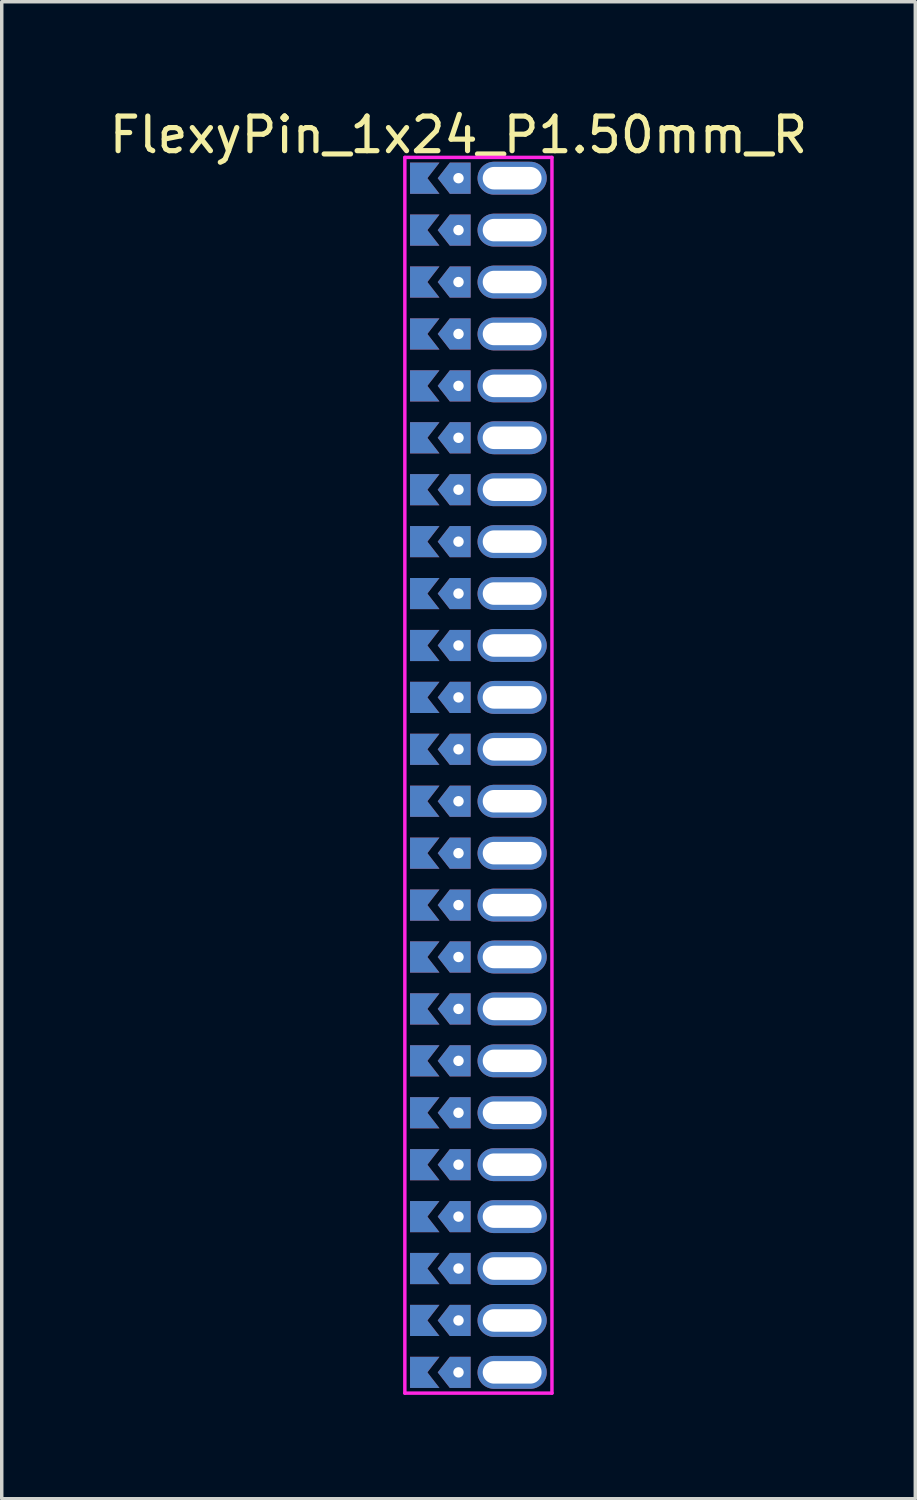
<source format=kicad_pcb>
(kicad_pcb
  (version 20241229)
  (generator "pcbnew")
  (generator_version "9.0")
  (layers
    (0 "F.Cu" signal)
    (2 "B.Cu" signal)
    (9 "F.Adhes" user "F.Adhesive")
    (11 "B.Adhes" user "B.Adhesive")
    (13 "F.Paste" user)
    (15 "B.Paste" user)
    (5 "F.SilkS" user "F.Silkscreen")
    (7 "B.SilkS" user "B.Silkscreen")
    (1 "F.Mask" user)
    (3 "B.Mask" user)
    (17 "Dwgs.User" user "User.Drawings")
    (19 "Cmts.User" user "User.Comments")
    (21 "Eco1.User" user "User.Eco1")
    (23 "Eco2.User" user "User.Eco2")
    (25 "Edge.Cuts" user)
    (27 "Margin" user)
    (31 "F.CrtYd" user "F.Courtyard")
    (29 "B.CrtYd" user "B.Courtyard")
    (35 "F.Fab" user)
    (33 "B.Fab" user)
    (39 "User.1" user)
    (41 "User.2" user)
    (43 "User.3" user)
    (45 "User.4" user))
  (footprint "FlexyPin_1x24_P1.50mm_R"
    (layer "F.Cu")
    (at 10.196 2.098)
    (property "Reference" "FlexyPin_1x24_P1.50mm_R" (at 0 -1.25 0) (layer "F.SilkS") (effects (font (size 1 1) (thickness 0.15))))
    (attr through_hole)
    (fp_line (start -1.55 -0.6) (end 2.7 -0.6) (stroke (width 0.1) (type solid)) (layer "F.CrtYd"))
    (fp_line (start -1.55 35.1) (end -1.55 -0.6) (stroke (width 0.1) (type solid)) (layer "F.CrtYd"))
    (fp_line (start 2.7 -0.6) (end 2.7 35.1) (stroke (width 0.1) (type solid)) (layer "F.CrtYd"))
    (fp_line (start 2.7 35.1) (end -1.55 35.1) (stroke (width 0.1) (type solid)) (layer "F.CrtYd"))
    (pad "" thru_hole custom (at 0 0) (size 0.3 0.3) (drill 0.6) (layers "*.Cu" "*.Mask") (options (anchor rect)) (primitives (gr_poly (pts (xy 0.35 0.45) (xy 0.35 -0.45) (xy -0.25 -0.45) (xy -0.6 0) (xy -0.25 0.45)) (width 0) (fill yes))))
    (pad "" thru_hole custom (at 0 1.5) (size 0.3 0.3) (drill 0.6) (layers "*.Cu" "*.Mask") (options (anchor rect)) (primitives (gr_poly (pts (xy 0.35 0.45) (xy 0.35 -0.45) (xy -0.25 -0.45) (xy -0.6 0) (xy -0.25 0.45)) (width 0) (fill yes))))
    (pad "" thru_hole custom (at 0 3) (size 0.3 0.3) (drill 0.6) (layers "*.Cu" "*.Mask") (options (anchor rect)) (primitives (gr_poly (pts (xy 0.35 0.45) (xy 0.35 -0.45) (xy -0.25 -0.45) (xy -0.6 0) (xy -0.25 0.45)) (width 0) (fill yes))))
    (pad "" thru_hole custom (at 0 4.5) (size 0.3 0.3) (drill 0.6) (layers "*.Cu" "*.Mask") (options (anchor rect)) (primitives (gr_poly (pts (xy 0.35 0.45) (xy 0.35 -0.45) (xy -0.25 -0.45) (xy -0.6 0) (xy -0.25 0.45)) (width 0) (fill yes))))
    (pad "" thru_hole custom (at 0 6) (size 0.3 0.3) (drill 0.6) (layers "*.Cu" "*.Mask") (options (anchor rect)) (primitives (gr_poly (pts (xy 0.35 0.45) (xy 0.35 -0.45) (xy -0.25 -0.45) (xy -0.6 0) (xy -0.25 0.45)) (width 0) (fill yes))))
    (pad "" thru_hole custom (at 0 7.5) (size 0.3 0.3) (drill 0.6) (layers "*.Cu" "*.Mask") (options (anchor rect)) (primitives (gr_poly (pts (xy 0.35 0.45) (xy 0.35 -0.45) (xy -0.25 -0.45) (xy -0.6 0) (xy -0.25 0.45)) (width 0) (fill yes))))
    (pad "" thru_hole custom (at 0 9) (size 0.3 0.3) (drill 0.6) (layers "*.Cu" "*.Mask") (options (anchor rect)) (primitives (gr_poly (pts (xy 0.35 0.45) (xy 0.35 -0.45) (xy -0.25 -0.45) (xy -0.6 0) (xy -0.25 0.45)) (width 0) (fill yes))))
    (pad "" thru_hole custom (at 0 10.5) (size 0.3 0.3) (drill 0.6) (layers "*.Cu" "*.Mask") (options (anchor rect)) (primitives (gr_poly (pts (xy 0.35 0.45) (xy 0.35 -0.45) (xy -0.25 -0.45) (xy -0.6 0) (xy -0.25 0.45)) (width 0) (fill yes))))
    (pad "" thru_hole custom (at 0 12) (size 0.3 0.3) (drill 0.6) (layers "*.Cu" "*.Mask") (options (anchor rect)) (primitives (gr_poly (pts (xy 0.35 0.45) (xy 0.35 -0.45) (xy -0.25 -0.45) (xy -0.6 0) (xy -0.25 0.45)) (width 0) (fill yes))))
    (pad "" thru_hole custom (at 0 13.5) (size 0.3 0.3) (drill 0.6) (layers "*.Cu" "*.Mask") (options (anchor rect)) (primitives (gr_poly (pts (xy 0.35 0.45) (xy 0.35 -0.45) (xy -0.25 -0.45) (xy -0.6 0) (xy -0.25 0.45)) (width 0) (fill yes))))
    (pad "" thru_hole custom (at 0 15) (size 0.3 0.3) (drill 0.6) (layers "*.Cu" "*.Mask") (options (anchor rect)) (primitives (gr_poly (pts (xy 0.35 0.45) (xy 0.35 -0.45) (xy -0.25 -0.45) (xy -0.6 0) (xy -0.25 0.45)) (width 0) (fill yes))))
    (pad "" thru_hole custom (at 0 16.5) (size 0.3 0.3) (drill 0.6) (layers "*.Cu" "*.Mask") (options (anchor rect)) (primitives (gr_poly (pts (xy 0.35 0.45) (xy 0.35 -0.45) (xy -0.25 -0.45) (xy -0.6 0) (xy -0.25 0.45)) (width 0) (fill yes))))
    (pad "" thru_hole custom (at 0 18) (size 0.3 0.3) (drill 0.6) (layers "*.Cu" "*.Mask") (options (anchor rect)) (primitives (gr_poly (pts (xy 0.35 0.45) (xy 0.35 -0.45) (xy -0.25 -0.45) (xy -0.6 0) (xy -0.25 0.45)) (width 0) (fill yes))))
    (pad "" thru_hole custom (at 0 19.5) (size 0.3 0.3) (drill 0.6) (layers "*.Cu" "*.Mask") (options (anchor rect)) (primitives (gr_poly (pts (xy 0.35 0.45) (xy 0.35 -0.45) (xy -0.25 -0.45) (xy -0.6 0) (xy -0.25 0.45)) (width 0) (fill yes))))
    (pad "" thru_hole custom (at 0 21) (size 0.3 0.3) (drill 0.6) (layers "*.Cu" "*.Mask") (options (anchor rect)) (primitives (gr_poly (pts (xy 0.35 0.45) (xy 0.35 -0.45) (xy -0.25 -0.45) (xy -0.6 0) (xy -0.25 0.45)) (width 0) (fill yes))))
    (pad "" thru_hole custom (at 0 22.5) (size 0.3 0.3) (drill 0.6) (layers "*.Cu" "*.Mask") (options (anchor rect)) (primitives (gr_poly (pts (xy 0.35 0.45) (xy 0.35 -0.45) (xy -0.25 -0.45) (xy -0.6 0) (xy -0.25 0.45)) (width 0) (fill yes))))
    (pad "" thru_hole custom (at 0 24) (size 0.3 0.3) (drill 0.6) (layers "*.Cu" "*.Mask") (options (anchor rect)) (primitives (gr_poly (pts (xy 0.35 0.45) (xy 0.35 -0.45) (xy -0.25 -0.45) (xy -0.6 0) (xy -0.25 0.45)) (width 0) (fill yes))))
    (pad "" thru_hole custom (at 0 25.5) (size 0.3 0.3) (drill 0.6) (layers "*.Cu" "*.Mask") (options (anchor rect)) (primitives (gr_poly (pts (xy 0.35 0.45) (xy 0.35 -0.45) (xy -0.25 -0.45) (xy -0.6 0) (xy -0.25 0.45)) (width 0) (fill yes))))
    (pad "" thru_hole custom (at 0 27) (size 0.3 0.3) (drill 0.6) (layers "*.Cu" "*.Mask") (options (anchor rect)) (primitives (gr_poly (pts (xy 0.35 0.45) (xy 0.35 -0.45) (xy -0.25 -0.45) (xy -0.6 0) (xy -0.25 0.45)) (width 0) (fill yes))))
    (pad "" thru_hole custom (at 0 28.5) (size 0.3 0.3) (drill 0.6) (layers "*.Cu" "*.Mask") (options (anchor rect)) (primitives (gr_poly (pts (xy 0.35 0.45) (xy 0.35 -0.45) (xy -0.25 -0.45) (xy -0.6 0) (xy -0.25 0.45)) (width 0) (fill yes))))
    (pad "" thru_hole custom (at 0 30) (size 0.3 0.3) (drill 0.6) (layers "*.Cu" "*.Mask") (options (anchor rect)) (primitives (gr_poly (pts (xy 0.35 0.45) (xy 0.35 -0.45) (xy -0.25 -0.45) (xy -0.6 0) (xy -0.25 0.45)) (width 0) (fill yes))))
    (pad "" thru_hole custom (at 0 31.5) (size 0.3 0.3) (drill 0.6) (layers "*.Cu" "*.Mask") (options (anchor rect)) (primitives (gr_poly (pts (xy 0.35 0.45) (xy 0.35 -0.45) (xy -0.25 -0.45) (xy -0.6 0) (xy -0.25 0.45)) (width 0) (fill yes))))
    (pad "" thru_hole custom (at 0 33) (size 0.3 0.3) (drill 0.6) (layers "*.Cu" "*.Mask") (options (anchor rect)) (primitives (gr_poly (pts (xy 0.35 0.45) (xy 0.35 -0.45) (xy -0.25 -0.45) (xy -0.6 0) (xy -0.25 0.45)) (width 0) (fill yes))))
    (pad "" thru_hole custom (at 0 34.5) (size 0.3 0.3) (drill 0.6) (layers "*.Cu" "*.Mask") (options (anchor rect)) (primitives (gr_poly (pts (xy 0.35 0.45) (xy 0.35 -0.45) (xy -0.25 -0.45) (xy -0.6 0) (xy -0.25 0.45)) (width 0) (fill yes))))
    (pad "" thru_hole oval (at 1.55 0) (size 2 0.95) (drill oval 1.7 0.65) (layers "*.Cu" "*.Mask"))
    (pad "" thru_hole oval (at 1.55 1.5) (size 2 0.95) (drill oval 1.7 0.65) (layers "*.Cu" "*.Mask"))
    (pad "" thru_hole oval (at 1.55 3) (size 2 0.95) (drill oval 1.7 0.65) (layers "*.Cu" "*.Mask"))
    (pad "" thru_hole oval (at 1.55 4.5) (size 2 0.95) (drill oval 1.7 0.65) (layers "*.Cu" "*.Mask"))
    (pad "" thru_hole oval (at 1.55 6) (size 2 0.95) (drill oval 1.7 0.65) (layers "*.Cu" "*.Mask"))
    (pad "" thru_hole oval (at 1.55 7.5) (size 2 0.95) (drill oval 1.7 0.65) (layers "*.Cu" "*.Mask"))
    (pad "" thru_hole oval (at 1.55 9) (size 2 0.95) (drill oval 1.7 0.65) (layers "*.Cu" "*.Mask"))
    (pad "" thru_hole oval (at 1.55 10.5) (size 2 0.95) (drill oval 1.7 0.65) (layers "*.Cu" "*.Mask"))
    (pad "" thru_hole oval (at 1.55 12) (size 2 0.95) (drill oval 1.7 0.65) (layers "*.Cu" "*.Mask"))
    (pad "" thru_hole oval (at 1.55 13.5) (size 2 0.95) (drill oval 1.7 0.65) (layers "*.Cu" "*.Mask"))
    (pad "" thru_hole oval (at 1.55 15) (size 2 0.95) (drill oval 1.7 0.65) (layers "*.Cu" "*.Mask"))
    (pad "" thru_hole oval (at 1.55 16.5) (size 2 0.95) (drill oval 1.7 0.65) (layers "*.Cu" "*.Mask"))
    (pad "" thru_hole oval (at 1.55 18) (size 2 0.95) (drill oval 1.7 0.65) (layers "*.Cu" "*.Mask"))
    (pad "" thru_hole oval (at 1.55 19.5) (size 2 0.95) (drill oval 1.7 0.65) (layers "*.Cu" "*.Mask"))
    (pad "" thru_hole oval (at 1.55 21) (size 2 0.95) (drill oval 1.7 0.65) (layers "*.Cu" "*.Mask"))
    (pad "" thru_hole oval (at 1.55 22.5) (size 2 0.95) (drill oval 1.7 0.65) (layers "*.Cu" "*.Mask"))
    (pad "" thru_hole oval (at 1.55 24) (size 2 0.95) (drill oval 1.7 0.65) (layers "*.Cu" "*.Mask"))
    (pad "" thru_hole oval (at 1.55 25.5) (size 2 0.95) (drill oval 1.7 0.65) (layers "*.Cu" "*.Mask"))
    (pad "" thru_hole oval (at 1.55 27) (size 2 0.95) (drill oval 1.7 0.65) (layers "*.Cu" "*.Mask"))
    (pad "" thru_hole oval (at 1.55 28.5) (size 2 0.95) (drill oval 1.7 0.65) (layers "*.Cu" "*.Mask"))
    (pad "" thru_hole oval (at 1.55 30) (size 2 0.95) (drill oval 1.7 0.65) (layers "*.Cu" "*.Mask"))
    (pad "" thru_hole oval (at 1.55 31.5) (size 2 0.95) (drill oval 1.7 0.65) (layers "*.Cu" "*.Mask"))
    (pad "" thru_hole oval (at 1.55 33) (size 2 0.95) (drill oval 1.7 0.65) (layers "*.Cu" "*.Mask"))
    (pad "" thru_hole oval (at 1.55 34.5) (size 2 0.95) (drill oval 1.7 0.65) (layers "*.Cu" "*.Mask"))
    (pad "1" smd custom (at -0.9 0) (size 0.01 0.01) (layers "F.Cu" "F.Mask") (options (anchor rect)) (primitives (gr_poly (pts (xy 0 0) (xy 0.35 0.45) (xy -0.5 0.45) (xy -0.5 -0.45) (xy 0.35 -0.45)) (width 0) (fill yes))))
    (pad "2" smd custom (at -0.9 1.5) (size 0.01 0.01) (layers "F.Cu" "F.Mask") (options (anchor rect)) (primitives (gr_poly (pts (xy 0 0) (xy 0.35 0.45) (xy -0.5 0.45) (xy -0.5 -0.45) (xy 0.35 -0.45)) (width 0) (fill yes))))
    (pad "3" smd custom (at -0.9 3) (size 0.01 0.01) (layers "F.Cu" "F.Mask") (options (anchor rect)) (primitives (gr_poly (pts (xy 0 0) (xy 0.35 0.45) (xy -0.5 0.45) (xy -0.5 -0.45) (xy 0.35 -0.45)) (width 0) (fill yes))))
    (pad "4" smd custom (at -0.9 4.5) (size 0.01 0.01) (layers "F.Cu" "F.Mask") (options (anchor rect)) (primitives (gr_poly (pts (xy 0 0) (xy 0.35 0.45) (xy -0.5 0.45) (xy -0.5 -0.45) (xy 0.35 -0.45)) (width 0) (fill yes))))
    (pad "5" smd custom (at -0.9 6) (size 0.01 0.01) (layers "F.Cu" "F.Mask") (options (anchor rect)) (primitives (gr_poly (pts (xy 0 0) (xy 0.35 0.45) (xy -0.5 0.45) (xy -0.5 -0.45) (xy 0.35 -0.45)) (width 0) (fill yes))))
    (pad "6" smd custom (at -0.9 7.5) (size 0.01 0.01) (layers "F.Cu" "F.Mask") (options (anchor rect)) (primitives (gr_poly (pts (xy 0 0) (xy 0.35 0.45) (xy -0.5 0.45) (xy -0.5 -0.45) (xy 0.35 -0.45)) (width 0) (fill yes))))
    (pad "7" smd custom (at -0.9 9) (size 0.01 0.01) (layers "F.Cu" "F.Mask") (options (anchor rect)) (primitives (gr_poly (pts (xy 0 0) (xy 0.35 0.45) (xy -0.5 0.45) (xy -0.5 -0.45) (xy 0.35 -0.45)) (width 0) (fill yes))))
    (pad "8" smd custom (at -0.9 10.5) (size 0.01 0.01) (layers "F.Cu" "F.Mask") (options (anchor rect)) (primitives (gr_poly (pts (xy 0 0) (xy 0.35 0.45) (xy -0.5 0.45) (xy -0.5 -0.45) (xy 0.35 -0.45)) (width 0) (fill yes))))
    (pad "9" smd custom (at -0.9 12) (size 0.01 0.01) (layers "F.Cu" "F.Mask") (options (anchor rect)) (primitives (gr_poly (pts (xy 0 0) (xy 0.35 0.45) (xy -0.5 0.45) (xy -0.5 -0.45) (xy 0.35 -0.45)) (width 0) (fill yes))))
    (pad "10" smd custom (at -0.9 13.5) (size 0.01 0.01) (layers "F.Cu" "F.Mask") (options (anchor rect)) (primitives (gr_poly (pts (xy 0 0) (xy 0.35 0.45) (xy -0.5 0.45) (xy -0.5 -0.45) (xy 0.35 -0.45)) (width 0) (fill yes))))
    (pad "11" smd custom (at -0.9 15) (size 0.01 0.01) (layers "F.Cu" "F.Mask") (options (anchor rect)) (primitives (gr_poly (pts (xy 0 0) (xy 0.35 0.45) (xy -0.5 0.45) (xy -0.5 -0.45) (xy 0.35 -0.45)) (width 0) (fill yes))))
    (pad "12" smd custom (at -0.9 16.5) (size 0.01 0.01) (layers "F.Cu" "F.Mask") (options (anchor rect)) (primitives (gr_poly (pts (xy 0 0) (xy 0.35 0.45) (xy -0.5 0.45) (xy -0.5 -0.45) (xy 0.35 -0.45)) (width 0) (fill yes))))
    (pad "13" smd custom (at -0.9 18) (size 0.01 0.01) (layers "F.Cu" "F.Mask") (options (anchor rect)) (primitives (gr_poly (pts (xy 0 0) (xy 0.35 0.45) (xy -0.5 0.45) (xy -0.5 -0.45) (xy 0.35 -0.45)) (width 0) (fill yes))))
    (pad "14" smd custom (at -0.9 19.5) (size 0.01 0.01) (layers "F.Cu" "F.Mask") (options (anchor rect)) (primitives (gr_poly (pts (xy 0 0) (xy 0.35 0.45) (xy -0.5 0.45) (xy -0.5 -0.45) (xy 0.35 -0.45)) (width 0) (fill yes))))
    (pad "15" smd custom (at -0.9 21) (size 0.01 0.01) (layers "F.Cu" "F.Mask") (options (anchor rect)) (primitives (gr_poly (pts (xy 0 0) (xy 0.35 0.45) (xy -0.5 0.45) (xy -0.5 -0.45) (xy 0.35 -0.45)) (width 0) (fill yes))))
    (pad "16" smd custom (at -0.9 22.5) (size 0.01 0.01) (layers "F.Cu" "F.Mask") (options (anchor rect)) (primitives (gr_poly (pts (xy 0 0) (xy 0.35 0.45) (xy -0.5 0.45) (xy -0.5 -0.45) (xy 0.35 -0.45)) (width 0) (fill yes))))
    (pad "17" smd custom (at -0.9 24) (size 0.01 0.01) (layers "F.Cu" "F.Mask") (options (anchor rect)) (primitives (gr_poly (pts (xy 0 0) (xy 0.35 0.45) (xy -0.5 0.45) (xy -0.5 -0.45) (xy 0.35 -0.45)) (width 0) (fill yes))))
    (pad "18" smd custom (at -0.9 25.5) (size 0.01 0.01) (layers "F.Cu" "F.Mask") (options (anchor rect)) (primitives (gr_poly (pts (xy 0 0) (xy 0.35 0.45) (xy -0.5 0.45) (xy -0.5 -0.45) (xy 0.35 -0.45)) (width 0) (fill yes))))
    (pad "19" smd custom (at -0.9 27) (size 0.01 0.01) (layers "F.Cu" "F.Mask") (options (anchor rect)) (primitives (gr_poly (pts (xy 0 0) (xy 0.35 0.45) (xy -0.5 0.45) (xy -0.5 -0.45) (xy 0.35 -0.45)) (width 0) (fill yes))))
    (pad "20" smd custom (at -0.9 28.5) (size 0.01 0.01) (layers "F.Cu" "F.Mask") (options (anchor rect)) (primitives (gr_poly (pts (xy 0 0) (xy 0.35 0.45) (xy -0.5 0.45) (xy -0.5 -0.45) (xy 0.35 -0.45)) (width 0) (fill yes))))
    (pad "21" smd custom (at -0.9 30) (size 0.01 0.01) (layers "F.Cu" "F.Mask") (options (anchor rect)) (primitives (gr_poly (pts (xy 0 0) (xy 0.35 0.45) (xy -0.5 0.45) (xy -0.5 -0.45) (xy 0.35 -0.45)) (width 0) (fill yes))))
    (pad "22" smd custom (at -0.9 31.5) (size 0.01 0.01) (layers "F.Cu" "F.Mask") (options (anchor rect)) (primitives (gr_poly (pts (xy 0 0) (xy 0.35 0.45) (xy -0.5 0.45) (xy -0.5 -0.45) (xy 0.35 -0.45)) (width 0) (fill yes))))
    (pad "23" smd custom (at -0.9 33) (size 0.01 0.01) (layers "F.Cu" "F.Mask") (options (anchor rect)) (primitives (gr_poly (pts (xy 0 0) (xy 0.35 0.45) (xy -0.5 0.45) (xy -0.5 -0.45) (xy 0.35 -0.45)) (width 0) (fill yes))))
    (pad "24" smd custom (at -0.9 34.5) (size 0.01 0.01) (layers "F.Cu" "F.Mask") (options (anchor rect)) (primitives (gr_poly (pts (xy 0 0) (xy 0.35 0.45) (xy -0.5 0.45) (xy -0.5 -0.45) (xy 0.35 -0.45)) (width 0) (fill yes))))
    (pad "25" smd custom (at -0.9 0) (size 0.01 0.01) (layers "B.Cu" "B.Mask") (options (anchor rect)) (primitives (gr_poly (pts (xy 0 0) (xy 0.35 0.45) (xy -0.5 0.45) (xy -0.5 -0.45) (xy 0.35 -0.45)) (width 0) (fill yes))))
    (pad "26" smd custom (at -0.9 1.5) (size 0.01 0.01) (layers "B.Cu" "B.Mask") (options (anchor rect)) (primitives (gr_poly (pts (xy 0 0) (xy 0.35 0.45) (xy -0.5 0.45) (xy -0.5 -0.45) (xy 0.35 -0.45)) (width 0) (fill yes))))
    (pad "27" smd custom (at -0.9 3) (size 0.01 0.01) (layers "B.Cu" "B.Mask") (options (anchor rect)) (primitives (gr_poly (pts (xy 0 0) (xy 0.35 0.45) (xy -0.5 0.45) (xy -0.5 -0.45) (xy 0.35 -0.45)) (width 0) (fill yes))))
    (pad "28" smd custom (at -0.9 4.5) (size 0.01 0.01) (layers "B.Cu" "B.Mask") (options (anchor rect)) (primitives (gr_poly (pts (xy 0 0) (xy 0.35 0.45) (xy -0.5 0.45) (xy -0.5 -0.45) (xy 0.35 -0.45)) (width 0) (fill yes))))
    (pad "29" smd custom (at -0.9 6) (size 0.01 0.01) (layers "B.Cu" "B.Mask") (options (anchor rect)) (primitives (gr_poly (pts (xy 0 0) (xy 0.35 0.45) (xy -0.5 0.45) (xy -0.5 -0.45) (xy 0.35 -0.45)) (width 0) (fill yes))))
    (pad "30" smd custom (at -0.9 7.5) (size 0.01 0.01) (layers "B.Cu" "B.Mask") (options (anchor rect)) (primitives (gr_poly (pts (xy 0 0) (xy 0.35 0.45) (xy -0.5 0.45) (xy -0.5 -0.45) (xy 0.35 -0.45)) (width 0) (fill yes))))
    (pad "31" smd custom (at -0.9 9) (size 0.01 0.01) (layers "B.Cu" "B.Mask") (options (anchor rect)) (primitives (gr_poly (pts (xy 0 0) (xy 0.35 0.45) (xy -0.5 0.45) (xy -0.5 -0.45) (xy 0.35 -0.45)) (width 0) (fill yes))))
    (pad "32" smd custom (at -0.9 10.5) (size 0.01 0.01) (layers "B.Cu" "B.Mask") (options (anchor rect)) (primitives (gr_poly (pts (xy 0 0) (xy 0.35 0.45) (xy -0.5 0.45) (xy -0.5 -0.45) (xy 0.35 -0.45)) (width 0) (fill yes))))
    (pad "33" smd custom (at -0.9 12) (size 0.01 0.01) (layers "B.Cu" "B.Mask") (options (anchor rect)) (primitives (gr_poly (pts (xy 0 0) (xy 0.35 0.45) (xy -0.5 0.45) (xy -0.5 -0.45) (xy 0.35 -0.45)) (width 0) (fill yes))))
    (pad "34" smd custom (at -0.9 13.5) (size 0.01 0.01) (layers "B.Cu" "B.Mask") (options (anchor rect)) (primitives (gr_poly (pts (xy 0 0) (xy 0.35 0.45) (xy -0.5 0.45) (xy -0.5 -0.45) (xy 0.35 -0.45)) (width 0) (fill yes))))
    (pad "35" smd custom (at -0.9 15) (size 0.01 0.01) (layers "B.Cu" "B.Mask") (options (anchor rect)) (primitives (gr_poly (pts (xy 0 0) (xy 0.35 0.45) (xy -0.5 0.45) (xy -0.5 -0.45) (xy 0.35 -0.45)) (width 0) (fill yes))))
    (pad "36" smd custom (at -0.9 16.5) (size 0.01 0.01) (layers "B.Cu" "B.Mask") (options (anchor rect)) (primitives (gr_poly (pts (xy 0 0) (xy 0.35 0.45) (xy -0.5 0.45) (xy -0.5 -0.45) (xy 0.35 -0.45)) (width 0) (fill yes))))
    (pad "37" smd custom (at -0.9 18) (size 0.01 0.01) (layers "B.Cu" "B.Mask") (options (anchor rect)) (primitives (gr_poly (pts (xy 0 0) (xy 0.35 0.45) (xy -0.5 0.45) (xy -0.5 -0.45) (xy 0.35 -0.45)) (width 0) (fill yes))))
    (pad "38" smd custom (at -0.9 19.5) (size 0.01 0.01) (layers "B.Cu" "B.Mask") (options (anchor rect)) (primitives (gr_poly (pts (xy 0 0) (xy 0.35 0.45) (xy -0.5 0.45) (xy -0.5 -0.45) (xy 0.35 -0.45)) (width 0) (fill yes))))
    (pad "39" smd custom (at -0.9 21) (size 0.01 0.01) (layers "B.Cu" "B.Mask") (options (anchor rect)) (primitives (gr_poly (pts (xy 0 0) (xy 0.35 0.45) (xy -0.5 0.45) (xy -0.5 -0.45) (xy 0.35 -0.45)) (width 0) (fill yes))))
    (pad "40" smd custom (at -0.9 22.5) (size 0.01 0.01) (layers "B.Cu" "B.Mask") (options (anchor rect)) (primitives (gr_poly (pts (xy 0 0) (xy 0.35 0.45) (xy -0.5 0.45) (xy -0.5 -0.45) (xy 0.35 -0.45)) (width 0) (fill yes))))
    (pad "41" smd custom (at -0.9 24) (size 0.01 0.01) (layers "B.Cu" "B.Mask") (options (anchor rect)) (primitives (gr_poly (pts (xy 0 0) (xy 0.35 0.45) (xy -0.5 0.45) (xy -0.5 -0.45) (xy 0.35 -0.45)) (width 0) (fill yes))))
    (pad "42" smd custom (at -0.9 25.5) (size 0.01 0.01) (layers "B.Cu" "B.Mask") (options (anchor rect)) (primitives (gr_poly (pts (xy 0 0) (xy 0.35 0.45) (xy -0.5 0.45) (xy -0.5 -0.45) (xy 0.35 -0.45)) (width 0) (fill yes))))
    (pad "43" smd custom (at -0.9 27) (size 0.01 0.01) (layers "B.Cu" "B.Mask") (options (anchor rect)) (primitives (gr_poly (pts (xy 0 0) (xy 0.35 0.45) (xy -0.5 0.45) (xy -0.5 -0.45) (xy 0.35 -0.45)) (width 0) (fill yes))))
    (pad "44" smd custom (at -0.9 28.5) (size 0.01 0.01) (layers "B.Cu" "B.Mask") (options (anchor rect)) (primitives (gr_poly (pts (xy 0 0) (xy 0.35 0.45) (xy -0.5 0.45) (xy -0.5 -0.45) (xy 0.35 -0.45)) (width 0) (fill yes))))
    (pad "45" smd custom (at -0.9 30) (size 0.01 0.01) (layers "B.Cu" "B.Mask") (options (anchor rect)) (primitives (gr_poly (pts (xy 0 0) (xy 0.35 0.45) (xy -0.5 0.45) (xy -0.5 -0.45) (xy 0.35 -0.45)) (width 0) (fill yes))))
    (pad "46" smd custom (at -0.9 31.5) (size 0.01 0.01) (layers "B.Cu" "B.Mask") (options (anchor rect)) (primitives (gr_poly (pts (xy 0 0) (xy 0.35 0.45) (xy -0.5 0.45) (xy -0.5 -0.45) (xy 0.35 -0.45)) (width 0) (fill yes))))
    (pad "47" smd custom (at -0.9 33) (size 0.01 0.01) (layers "B.Cu" "B.Mask") (options (anchor rect)) (primitives (gr_poly (pts (xy 0 0) (xy 0.35 0.45) (xy -0.5 0.45) (xy -0.5 -0.45) (xy 0.35 -0.45)) (width 0) (fill yes))))
    (pad "48" smd custom (at -0.9 34.5) (size 0.01 0.01) (layers "B.Cu" "B.Mask") (options (anchor rect)) (primitives (gr_poly (pts (xy 0 0) (xy 0.35 0.45) (xy -0.5 0.45) (xy -0.5 -0.45) (xy 0.35 -0.45)) (width 0) (fill yes)))))
  (gr_rect
    (start -3 -3)
    (end 23.393 40.248)
    (stroke (width 0.1) (type default))
    (fill no)
    (layer "Edge.Cuts")))
</source>
